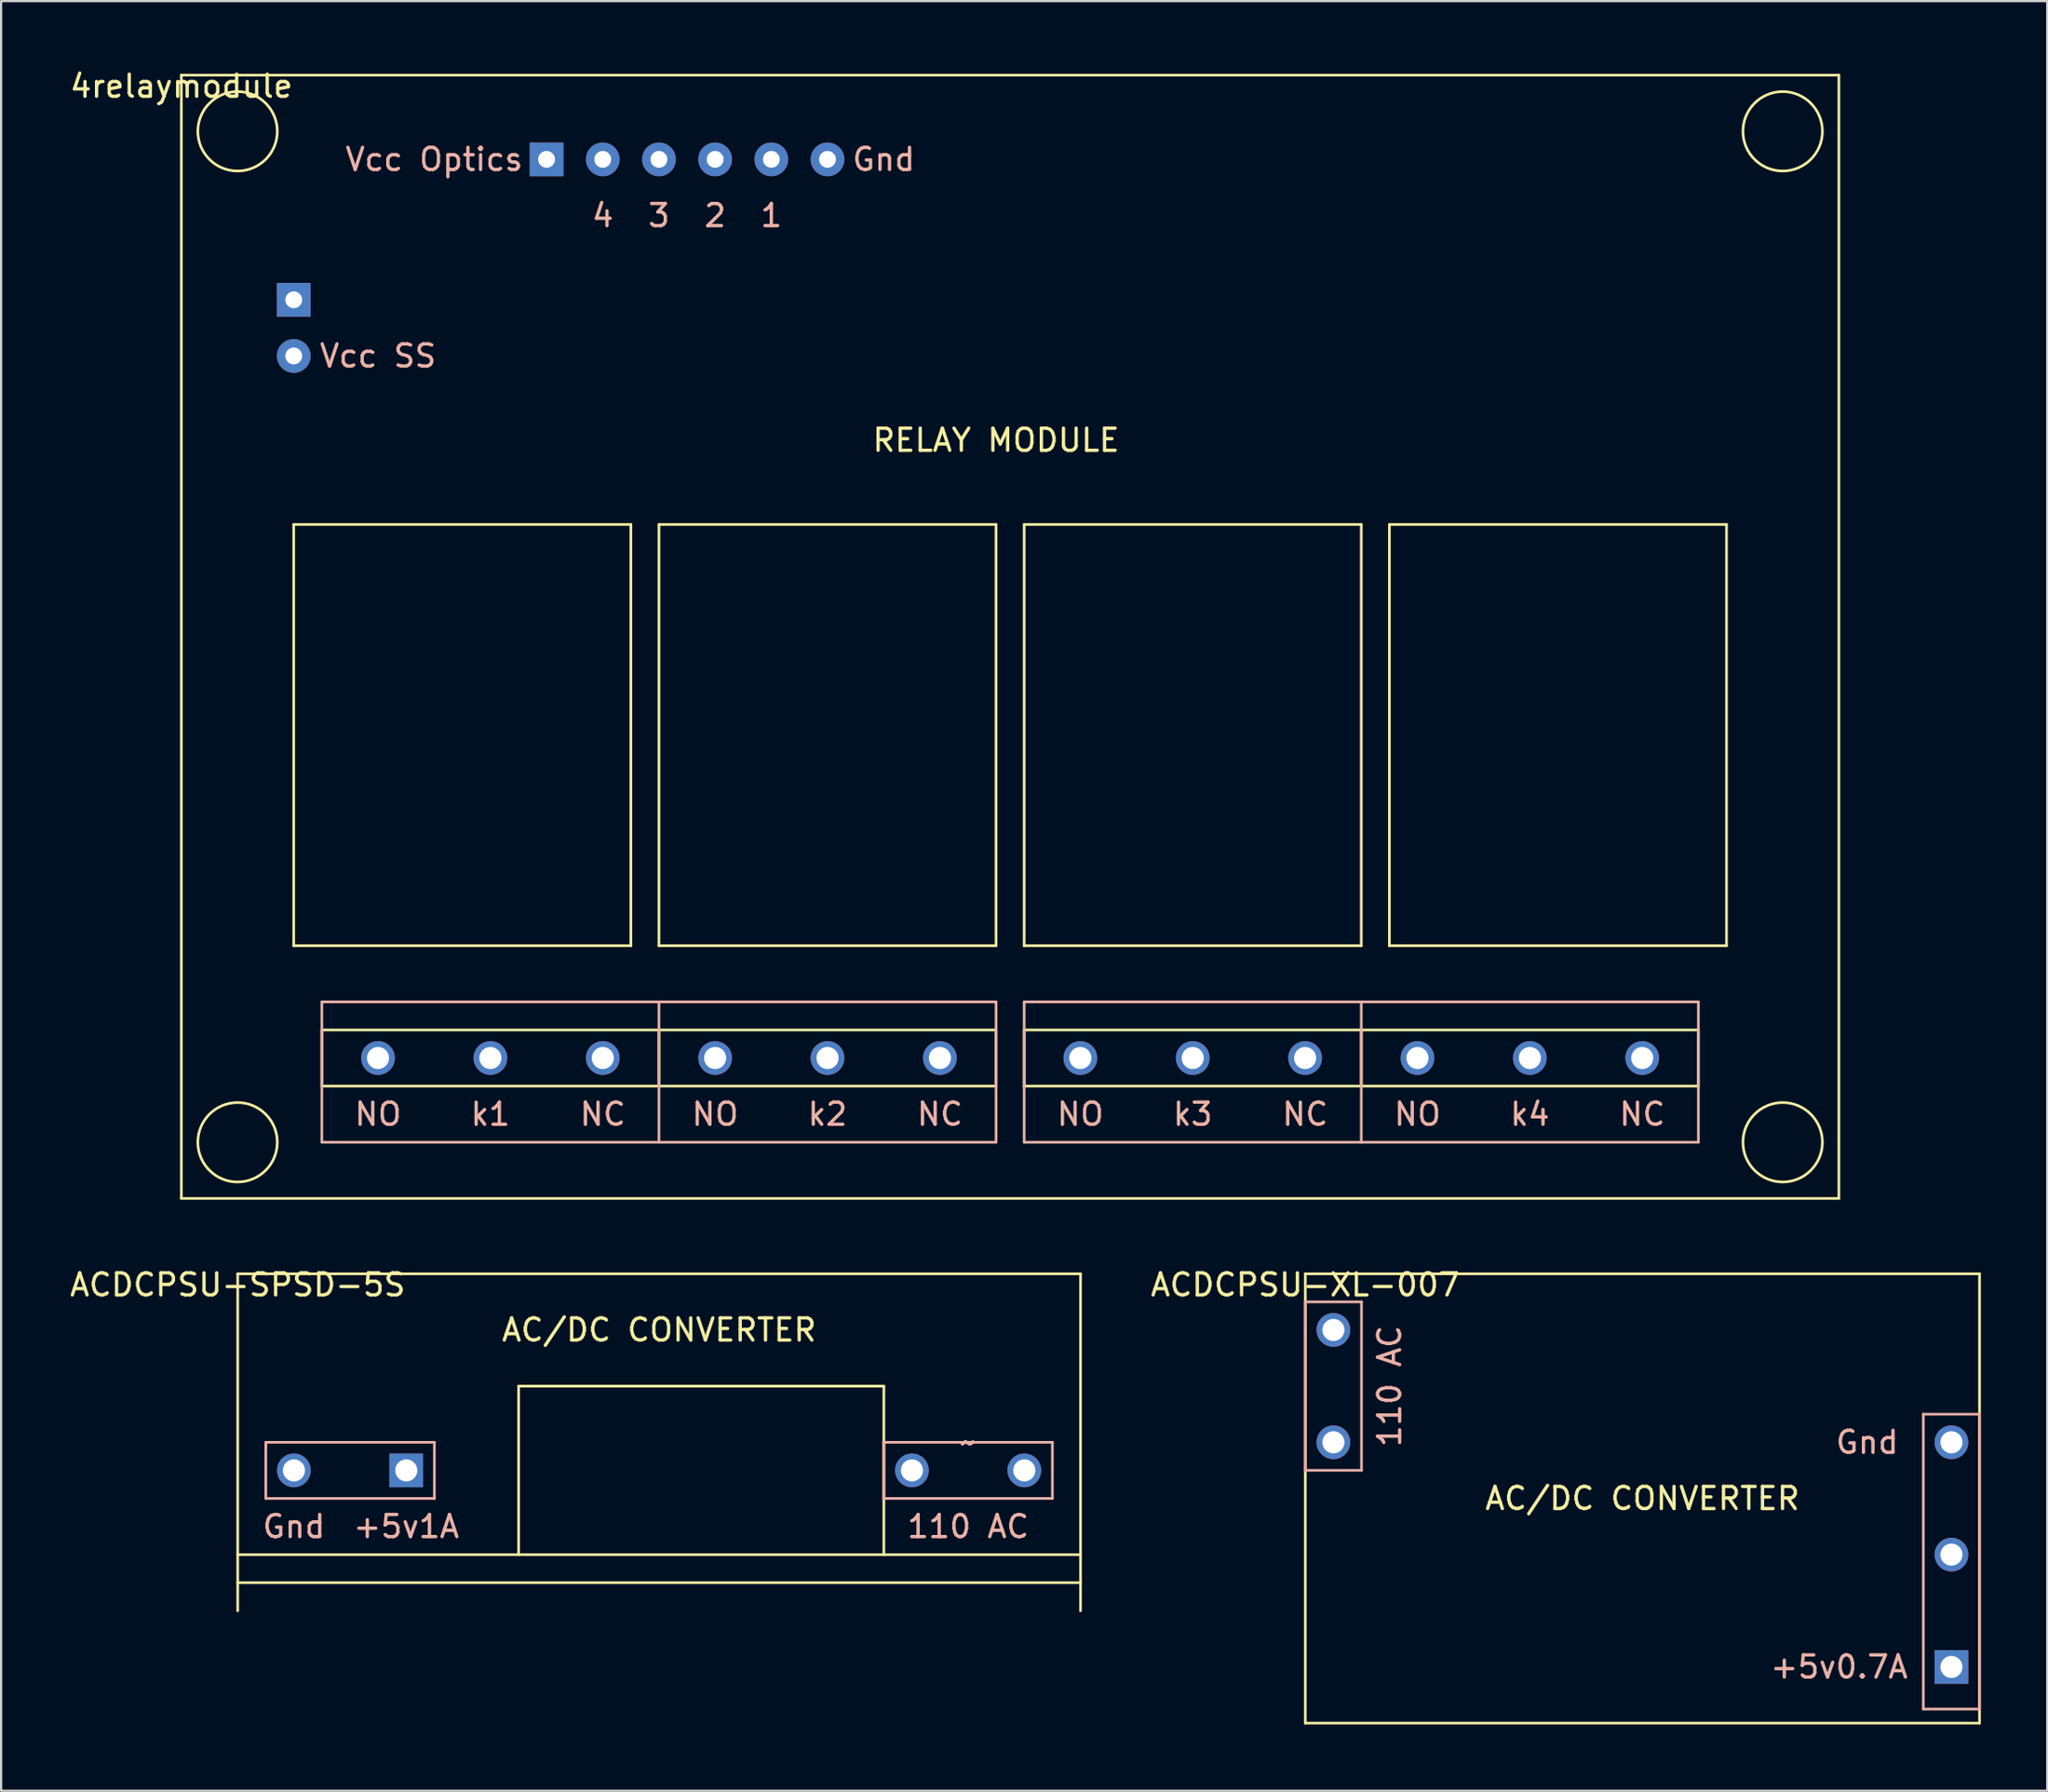
<source format=kicad_pcb>
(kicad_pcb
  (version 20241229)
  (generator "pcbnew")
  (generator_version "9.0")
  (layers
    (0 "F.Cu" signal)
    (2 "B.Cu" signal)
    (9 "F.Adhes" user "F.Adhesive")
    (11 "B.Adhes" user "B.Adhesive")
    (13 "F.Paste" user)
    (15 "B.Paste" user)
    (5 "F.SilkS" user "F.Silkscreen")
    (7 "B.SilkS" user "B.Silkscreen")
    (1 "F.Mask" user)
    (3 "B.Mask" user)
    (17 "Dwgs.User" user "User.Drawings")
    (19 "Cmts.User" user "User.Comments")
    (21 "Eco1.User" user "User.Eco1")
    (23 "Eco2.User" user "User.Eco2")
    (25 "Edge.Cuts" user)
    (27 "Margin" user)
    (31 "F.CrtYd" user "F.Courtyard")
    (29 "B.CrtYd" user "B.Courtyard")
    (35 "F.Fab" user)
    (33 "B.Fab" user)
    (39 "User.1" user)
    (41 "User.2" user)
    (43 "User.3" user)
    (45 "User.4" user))
  (footprint "ACDCPSU-XL-007"
    (layer "F.Cu")
    (at 55.958 54.556)
    (property "Reference" "ACDCPSU-XL-007" (at 0 0.5 0) (layer "F.SilkS") (effects (font (size 1 1) (thickness 0.15))))
    (attr through_hole)
    (fp_line (start 0 0) (end 30.48 0) (stroke (width 0.12) (type solid)) (layer "F.SilkS"))
    (fp_line (start 0 20.32) (end 0 0) (stroke (width 0.12) (type solid)) (layer "F.SilkS"))
    (fp_line (start 30.48 0) (end 30.48 20.32) (stroke (width 0.12) (type solid)) (layer "F.SilkS"))
    (fp_line (start 30.48 20.32) (end 0 20.32) (stroke (width 0.12) (type solid)) (layer "F.SilkS"))
    (fp_line (start 0 1.27) (end 2.54 1.27) (stroke (width 0.12) (type solid)) (layer "B.SilkS"))
    (fp_line (start 0 8.89) (end 0 1.27) (stroke (width 0.12) (type solid)) (layer "B.SilkS"))
    (fp_line (start 2.54 1.27) (end 2.54 8.89) (stroke (width 0.12) (type solid)) (layer "B.SilkS"))
    (fp_line (start 2.54 8.89) (end 0 8.89) (stroke (width 0.12) (type solid)) (layer "B.SilkS"))
    (fp_line (start 27.94 6.35) (end 30.48 6.35) (stroke (width 0.12) (type solid)) (layer "B.SilkS"))
    (fp_line (start 27.94 19.685) (end 27.94 6.35) (stroke (width 0.12) (type solid)) (layer "B.SilkS"))
    (fp_line (start 30.48 6.35) (end 30.48 19.685) (stroke (width 0.12) (type solid)) (layer "B.SilkS"))
    (fp_line (start 30.48 19.685) (end 27.94 19.685) (stroke (width 0.12) (type solid)) (layer "B.SilkS"))
    (fp_text user "AC/DC CONVERTER" (at 15.24 10.16 0) (layer "F.SilkS") (effects (font (size 1 1) (thickness 0.15))))
    (fp_text user "+5v0.7A" (at 24.13 17.78 0) (layer "B.SilkS") (effects (font (size 1 1) (thickness 0.15))))
    (fp_text user "Gnd" (at 25.4 7.62 0) (layer "B.SilkS") (effects (font (size 1 1) (thickness 0.15))))
    (fp_text user "110 AC" (at 3.81 5.08 90) (layer "B.SilkS") (effects (font (size 1 1) (thickness 0.15))))
    (pad "1" thru_hole circle (at 1.27 2.54) (size 1.524 1.524) (drill 1) (layers "*.Cu" "*.Mask"))
    (pad "2" thru_hole circle (at 1.27 7.62) (size 1.524 1.524) (drill 1) (layers "*.Cu" "*.Mask"))
    (pad "3" thru_hole rect (at 29.21 17.78) (size 1.524 1.524) (drill 1) (layers "*.Cu" "*.Mask"))
    (pad "4" thru_hole circle (at 29.21 7.62) (size 1.524 1.524) (drill 1) (layers "*.Cu" "*.Mask"))
    (pad "6" thru_hole circle (at 29.21 12.7) (size 1.524 1.524) (drill 1) (layers "*.Cu" "*.Mask")))
  (footprint "ACDCPSU-SPSD-5S"
    (layer "F.Cu")
    (at 7.696 54.556)
    (property "Reference" "ACDCPSU-SPSD-5S" (at 0 0.5 0) (layer "F.SilkS") (effects (font (size 1 1) (thickness 0.15))))
    (attr through_hole)
    (fp_line (start 0 0) (end 38.1 0) (stroke (width 0.12) (type solid)) (layer "F.SilkS"))
    (fp_line (start 0 12.7) (end 38.1 12.7) (stroke (width 0.12) (type solid)) (layer "F.SilkS"))
    (fp_line (start 0 13.97) (end 38.1 13.97) (stroke (width 0.12) (type solid)) (layer "F.SilkS"))
    (fp_line (start 0 15.24) (end 0 0) (stroke (width 0.12) (type solid)) (layer "F.SilkS"))
    (fp_line (start 12.7 5.08) (end 12.7 12.7) (stroke (width 0.12) (type solid)) (layer "F.SilkS"))
    (fp_line (start 29.21 5.08) (end 12.7 5.08) (stroke (width 0.12) (type solid)) (layer "F.SilkS"))
    (fp_line (start 29.21 12.7) (end 29.21 5.08) (stroke (width 0.12) (type solid)) (layer "F.SilkS"))
    (fp_line (start 38.1 0) (end 38.1 15.24) (stroke (width 0.12) (type solid)) (layer "F.SilkS"))
    (fp_line (start 1.27 7.62) (end 1.27 10.16) (stroke (width 0.12) (type solid)) (layer "B.SilkS"))
    (fp_line (start 1.27 10.16) (end 8.89 10.16) (stroke (width 0.12) (type solid)) (layer "B.SilkS"))
    (fp_line (start 8.89 7.62) (end 1.27 7.62) (stroke (width 0.12) (type solid)) (layer "B.SilkS"))
    (fp_line (start 8.89 10.16) (end 8.89 7.62) (stroke (width 0.12) (type solid)) (layer "B.SilkS"))
    (fp_line (start 29.21 7.62) (end 29.21 10.16) (stroke (width 0.12) (type solid)) (layer "B.SilkS"))
    (fp_line (start 29.21 10.16) (end 36.83 10.16) (stroke (width 0.12) (type solid)) (layer "B.SilkS"))
    (fp_line (start 36.83 7.62) (end 29.21 7.62) (stroke (width 0.12) (type solid)) (layer "B.SilkS"))
    (fp_line (start 36.83 10.16) (end 36.83 7.62) (stroke (width 0.12) (type solid)) (layer "B.SilkS"))
    (fp_text user "AC/DC CONVERTER" (at 19.05 2.54 0) (layer "F.SilkS") (effects (font (size 1 1) (thickness 0.15))))
    (fp_text user "+5v1A" (at 7.62 11.43 0) (layer "B.SilkS") (effects (font (size 1 1) (thickness 0.15))))
    (fp_text user "~" (at 33.02 7.62 0) (layer "B.SilkS") (effects (font (size 1 1) (thickness 0.15))))
    (fp_text user "110 AC" (at 33.02 11.43 0) (layer "B.SilkS") (effects (font (size 1 1) (thickness 0.15))))
    (fp_text user "Gnd" (at 2.54 11.43 0) (layer "B.SilkS") (effects (font (size 1 1) (thickness 0.15))))
    (pad "1" thru_hole circle (at 2.54 8.89) (size 1.524 1.524) (drill 1) (layers "*.Cu" "*.Mask"))
    (pad "2" thru_hole rect (at 7.62 8.89) (size 1.524 1.524) (drill 1) (layers "*.Cu" "*.Mask"))
    (pad "3" thru_hole circle (at 35.56 8.89) (size 1.524 1.524) (drill 1) (layers "*.Cu" "*.Mask"))
    (pad "4" thru_hole circle (at 30.48 8.89) (size 1.524 1.524) (drill 1) (layers "*.Cu" "*.Mask")))
  (footprint "4relaymodule"
    (layer "F.Cu")
    (at 5.149 0.348)
    (property "Reference" "4relaymodule" (at 0 0.5 0) (layer "F.SilkS") (effects (font (size 1 1) (thickness 0.15))))
    (attr through_hole)
    (fp_line (start 0 0) (end 74.93 0) (stroke (width 0.12) (type solid)) (layer "F.SilkS"))
    (fp_line (start 0 50.8) (end 0 0) (stroke (width 0.12) (type solid)) (layer "F.SilkS"))
    (fp_line (start 5.08 20.32) (end 5.08 39.37) (stroke (width 0.12) (type solid)) (layer "F.SilkS"))
    (fp_line (start 5.08 39.37) (end 20.32 39.37) (stroke (width 0.12) (type solid)) (layer "F.SilkS"))
    (fp_line (start 6.35 43.18) (end 36.83 43.18) (stroke (width 0.12) (type solid)) (layer "F.SilkS"))
    (fp_line (start 6.35 45.72) (end 6.35 43.18) (stroke (width 0.12) (type solid)) (layer "F.SilkS"))
    (fp_line (start 20.32 20.32) (end 5.08 20.32) (stroke (width 0.12) (type solid)) (layer "F.SilkS"))
    (fp_line (start 20.32 39.37) (end 20.32 20.32) (stroke (width 0.12) (type solid)) (layer "F.SilkS"))
    (fp_line (start 21.59 20.32) (end 21.59 39.37) (stroke (width 0.12) (type solid)) (layer "F.SilkS"))
    (fp_line (start 21.59 39.37) (end 36.83 39.37) (stroke (width 0.12) (type solid)) (layer "F.SilkS"))
    (fp_line (start 21.59 43.18) (end 21.59 45.72) (stroke (width 0.12) (type solid)) (layer "F.SilkS"))
    (fp_line (start 36.83 20.32) (end 21.59 20.32) (stroke (width 0.12) (type solid)) (layer "F.SilkS"))
    (fp_line (start 36.83 39.37) (end 36.83 20.32) (stroke (width 0.12) (type solid)) (layer "F.SilkS"))
    (fp_line (start 36.83 43.18) (end 36.83 45.72) (stroke (width 0.12) (type solid)) (layer "F.SilkS"))
    (fp_line (start 36.83 45.72) (end 6.35 45.72) (stroke (width 0.12) (type solid)) (layer "F.SilkS"))
    (fp_line (start 38.1 20.32) (end 38.1 39.37) (stroke (width 0.12) (type solid)) (layer "F.SilkS"))
    (fp_line (start 38.1 39.37) (end 53.34 39.37) (stroke (width 0.12) (type solid)) (layer "F.SilkS"))
    (fp_line (start 38.1 43.18) (end 38.1 45.72) (stroke (width 0.12) (type solid)) (layer "F.SilkS"))
    (fp_line (start 38.1 45.72) (end 68.58 45.72) (stroke (width 0.12) (type solid)) (layer "F.SilkS"))
    (fp_line (start 53.34 20.32) (end 38.1 20.32) (stroke (width 0.12) (type solid)) (layer "F.SilkS"))
    (fp_line (start 53.34 39.37) (end 53.34 20.32) (stroke (width 0.12) (type solid)) (layer "F.SilkS"))
    (fp_line (start 53.34 43.18) (end 53.34 45.72) (stroke (width 0.12) (type solid)) (layer "F.SilkS"))
    (fp_line (start 54.61 20.32) (end 54.61 39.37) (stroke (width 0.12) (type solid)) (layer "F.SilkS"))
    (fp_line (start 54.61 39.37) (end 69.85 39.37) (stroke (width 0.12) (type solid)) (layer "F.SilkS"))
    (fp_line (start 68.58 43.18) (end 38.1 43.18) (stroke (width 0.12) (type solid)) (layer "F.SilkS"))
    (fp_line (start 68.58 45.72) (end 68.58 43.18) (stroke (width 0.12) (type solid)) (layer "F.SilkS"))
    (fp_line (start 69.85 20.32) (end 54.61 20.32) (stroke (width 0.12) (type solid)) (layer "F.SilkS"))
    (fp_line (start 69.85 39.37) (end 69.85 20.32) (stroke (width 0.12) (type solid)) (layer "F.SilkS"))
    (fp_line (start 74.93 0) (end 74.93 50.8) (stroke (width 0.12) (type solid)) (layer "F.SilkS"))
    (fp_line (start 74.93 50.8) (end 0 50.8) (stroke (width 0.12) (type solid)) (layer "F.SilkS"))
    (fp_circle (center 2.54 2.54) (end 3.81 3.81) (stroke (width 0.12) (type solid)) (fill no) (layer "F.SilkS"))
    (fp_circle (center 2.54 48.26) (end 1.27 49.53) (stroke (width 0.12) (type solid)) (fill no) (layer "F.SilkS"))
    (fp_circle (center 72.39 2.54) (end 73.66 1.27) (stroke (width 0.12) (type solid)) (fill no) (layer "F.SilkS"))
    (fp_circle (center 72.39 48.26) (end 73.66 49.53) (stroke (width 0.12) (type solid)) (fill no) (layer "F.SilkS"))
    (fp_line (start 6.35 41.91) (end 21.59 41.91) (stroke (width 0.12) (type solid)) (layer "B.SilkS"))
    (fp_line (start 6.35 48.26) (end 6.35 41.91) (stroke (width 0.12) (type solid)) (layer "B.SilkS"))
    (fp_line (start 21.59 41.91) (end 21.59 48.26) (stroke (width 0.12) (type solid)) (layer "B.SilkS"))
    (fp_line (start 21.59 41.91) (end 36.83 41.91) (stroke (width 0.12) (type solid)) (layer "B.SilkS"))
    (fp_line (start 21.59 48.26) (end 6.35 48.26) (stroke (width 0.12) (type solid)) (layer "B.SilkS"))
    (fp_line (start 36.83 41.91) (end 36.83 48.26) (stroke (width 0.12) (type solid)) (layer "B.SilkS"))
    (fp_line (start 36.83 48.26) (end 21.59 48.26) (stroke (width 0.12) (type solid)) (layer "B.SilkS"))
    (fp_line (start 38.1 41.91) (end 38.1 48.26) (stroke (width 0.12) (type solid)) (layer "B.SilkS"))
    (fp_line (start 38.1 48.26) (end 53.34 48.26) (stroke (width 0.12) (type solid)) (layer "B.SilkS"))
    (fp_line (start 53.34 41.91) (end 38.1 41.91) (stroke (width 0.12) (type solid)) (layer "B.SilkS"))
    (fp_line (start 53.34 41.91) (end 68.58 41.91) (stroke (width 0.12) (type solid)) (layer "B.SilkS"))
    (fp_line (start 53.34 48.26) (end 53.34 41.91) (stroke (width 0.12) (type solid)) (layer "B.SilkS"))
    (fp_line (start 68.58 41.91) (end 68.58 48.26) (stroke (width 0.12) (type solid)) (layer "B.SilkS"))
    (fp_line (start 68.58 48.26) (end 53.34 48.26) (stroke (width 0.12) (type solid)) (layer "B.SilkS"))
    (fp_text user "RELAY MODULE" (at 36.83 16.51 0) (layer "F.SilkS") (effects (font (size 1 1) (thickness 0.15))))
    (fp_text user "1" (at 26.67 6.35 0) (layer "B.SilkS") (effects (font (size 1 1) (thickness 0.15))))
    (fp_text user "2" (at 24.13 6.35 0) (layer "B.SilkS") (effects (font (size 1 1) (thickness 0.15))))
    (fp_text user "NC" (at 50.8 46.99 0) (layer "B.SilkS") (effects (font (size 1 1) (thickness 0.15))))
    (fp_text user "k1" (at 13.97 46.99 0) (layer "B.SilkS") (effects (font (size 1 1) (thickness 0.15))))
    (fp_text user "Vcc SS" (at 8.89 12.7 0) (layer "B.SilkS") (effects (font (size 1 1) (thickness 0.15))))
    (fp_text user "4" (at 19.05 6.35 0) (layer "B.SilkS") (effects (font (size 1 1) (thickness 0.15))))
    (fp_text user "Vcc Optics" (at 11.43 3.81 0) (layer "B.SilkS") (effects (font (size 1 1) (thickness 0.15))))
    (fp_text user "NO" (at 8.89 46.99 0) (layer "B.SilkS") (effects (font (size 1 1) (thickness 0.15))))
    (fp_text user "NO" (at 40.64 46.99 0) (layer "B.SilkS") (effects (font (size 1 1) (thickness 0.15))))
    (fp_text user "NC" (at 66.04 46.99 0) (layer "B.SilkS") (effects (font (size 1 1) (thickness 0.15))))
    (fp_text user "k2" (at 29.21 46.99 0) (layer "B.SilkS") (effects (font (size 1 1) (thickness 0.15))))
    (fp_text user "NC" (at 19.05 46.99 0) (layer "B.SilkS") (effects (font (size 1 1) (thickness 0.15))))
    (fp_text user "k4" (at 60.96 46.99 0) (layer "B.SilkS") (effects (font (size 1 1) (thickness 0.15))))
    (fp_text user "NO" (at 55.88 46.99 0) (layer "B.SilkS") (effects (font (size 1 1) (thickness 0.15))))
    (fp_text user "NC" (at 34.29 46.99 0) (layer "B.SilkS") (effects (font (size 1 1) (thickness 0.15))))
    (fp_text user "k3" (at 45.72 46.99 0) (layer "B.SilkS") (effects (font (size 1 1) (thickness 0.15))))
    (fp_text user "3" (at 21.59 6.35 0) (layer "B.SilkS") (effects (font (size 1 1) (thickness 0.15))))
    (fp_text user "Gnd" (at 31.75 3.81 0) (layer "B.SilkS") (effects (font (size 1 1) (thickness 0.15))))
    (fp_text user "NO" (at 24.13 46.99 0) (layer "B.SilkS") (effects (font (size 1 1) (thickness 0.15))))
    (pad "5" thru_hole rect (at 5.08 10.16 270) (size 1.524 1.524) (drill 0.762) (layers "*.Cu" "*.Mask"))
    (pad "6" thru_hole circle (at 5.08 12.7) (size 1.524 1.524) (drill 0.762) (layers "*.Cu" "*.Mask"))
    (pad "7" thru_hole rect (at 16.51 3.81 270) (size 1.524 1.524) (drill 0.762) (layers "*.Cu" "*.Mask"))
    (pad "8" thru_hole circle (at 19.05 3.81 270) (size 1.524 1.524) (drill 0.762) (layers "*.Cu" "*.Mask"))
    (pad "9" thru_hole circle (at 21.59 3.81 270) (size 1.524 1.524) (drill 0.762) (layers "*.Cu" "*.Mask"))
    (pad "10" thru_hole circle (at 24.13 3.81 270) (size 1.524 1.524) (drill 0.762) (layers "*.Cu" "*.Mask"))
    (pad "11" thru_hole circle (at 26.67 3.81 270) (size 1.524 1.524) (drill 0.762) (layers "*.Cu" "*.Mask"))
    (pad "12" thru_hole circle (at 29.21 3.81 270) (size 1.524 1.524) (drill 0.762) (layers "*.Cu" "*.Mask"))
    (pad "K1NO" thru_hole circle (at 55.88 44.45) (size 1.524 1.524) (drill 1) (layers "*.Cu" "*.Mask"))
    (pad "k1" thru_hole circle (at 60.96 44.45) (size 1.524 1.524) (drill 1) (layers "*.Cu" "*.Mask"))
    (pad "k2" thru_hole circle (at 45.72 44.45) (size 1.524 1.524) (drill 1) (layers "*.Cu" "*.Mask"))
    (pad "k2NC" thru_hole circle (at 50.8 44.45) (size 1.524 1.524) (drill 1) (layers "*.Cu" "*.Mask"))
    (pad "k2NO" thru_hole circle (at 40.64 44.45) (size 1.524 1.524) (drill 1) (layers "*.Cu" "*.Mask"))
    (pad "k3" thru_hole circle (at 29.21 44.45) (size 1.524 1.524) (drill 1) (layers "*.Cu" "*.Mask"))
    (pad "k3NC" thru_hole circle (at 34.29 44.45) (size 1.524 1.524) (drill 1) (layers "*.Cu" "*.Mask"))
    (pad "k3NO" thru_hole circle (at 24.13 44.45) (size 1.524 1.524) (drill 1) (layers "*.Cu" "*.Mask"))
    (pad "k4" thru_hole circle (at 13.97 44.45) (size 1.524 1.524) (drill 1) (layers "*.Cu" "*.Mask"))
    (pad "k4NC" thru_hole circle (at 19.05 44.45) (size 1.524 1.524) (drill 1) (layers "*.Cu" "*.Mask"))
    (pad "k4NC" thru_hole circle (at 66.04 44.45) (size 1.524 1.524) (drill 1) (layers "*.Cu" "*.Mask"))
    (pad "k4NO" thru_hole circle (at 8.89 44.45) (size 1.524 1.524) (drill 1) (layers "*.Cu" "*.Mask")))
  (gr_rect
    (start -3 -3)
    (end 89.498 77.936)
    (stroke (width 0.1) (type default))
    (fill no)
    (layer "Edge.Cuts")))
</source>
